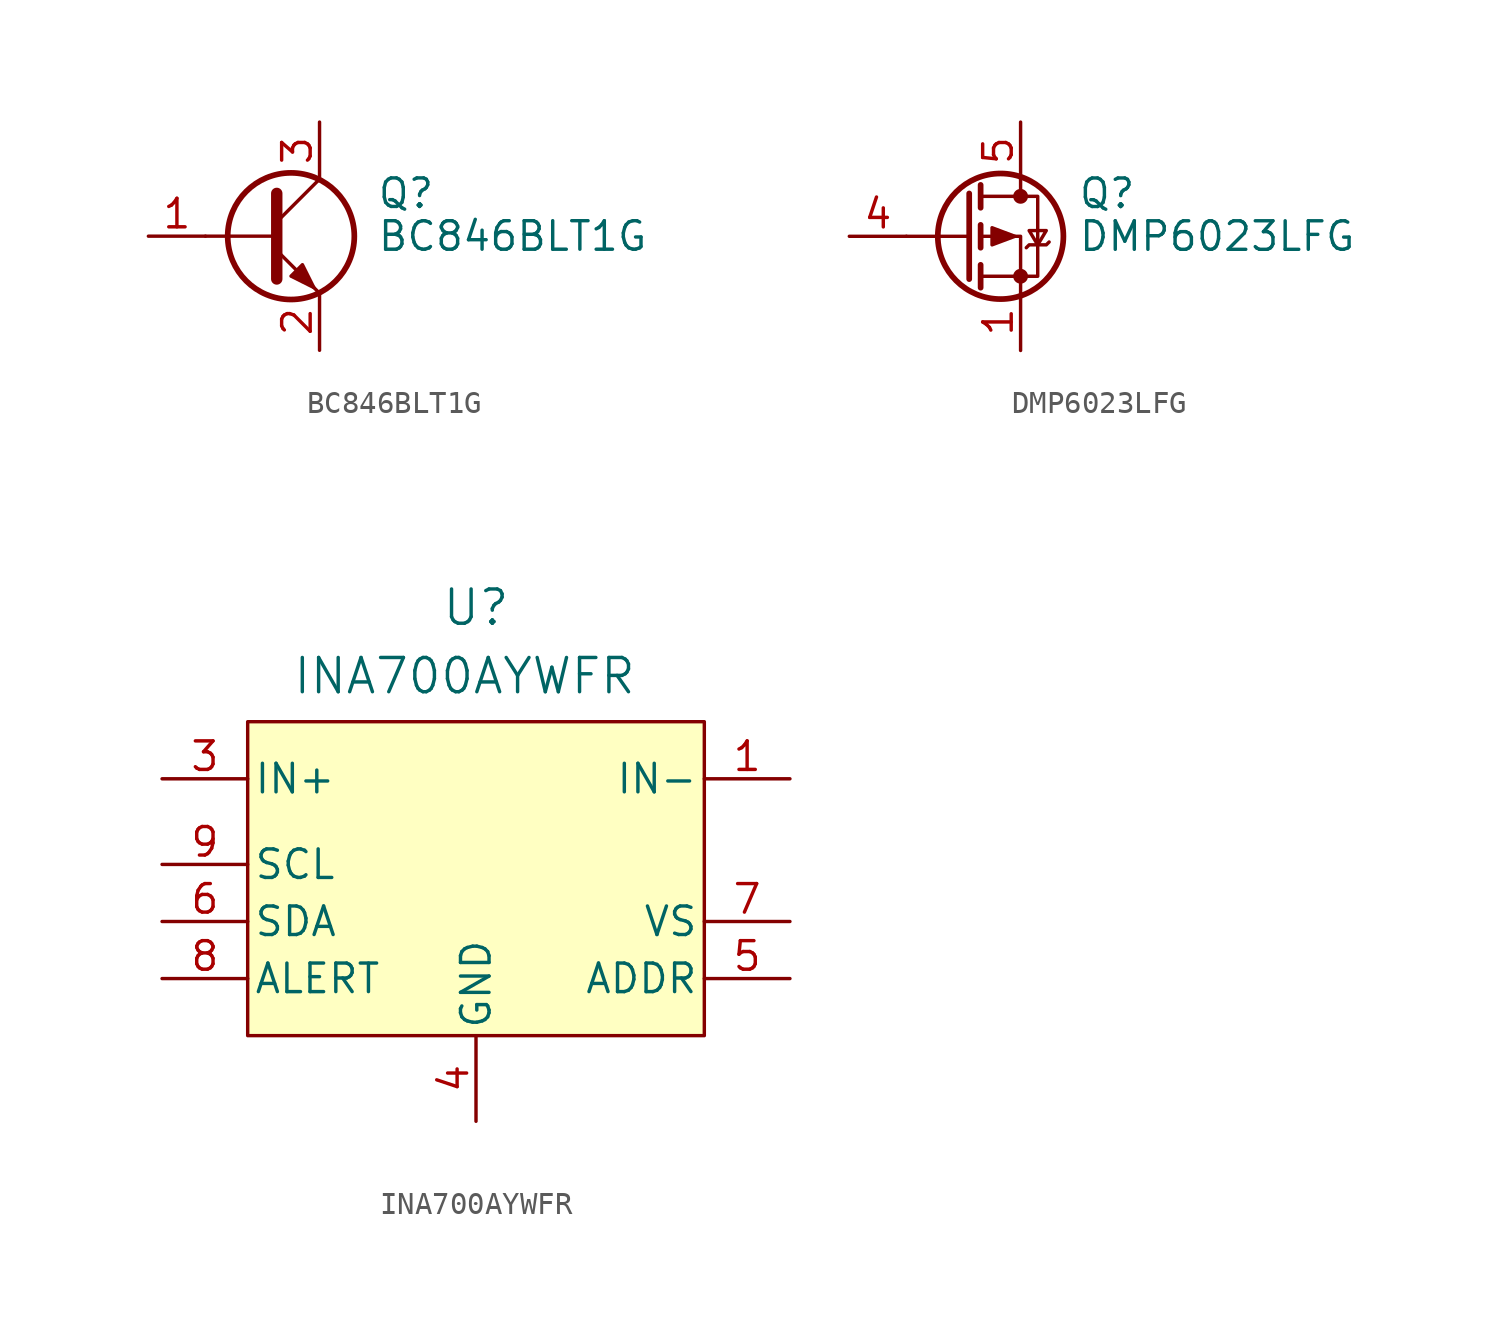
<source format=kicad_sym>
(kicad_symbol_lib
  (version 20241209)
  (generator "kicad_symbol_editor")
  (generator_version "9.0")
  (symbol "BC846BLT1G"
    (pin_names
      (offset 0)
      (hide yes))
    (property "Reference" "Q"
      (at 5.08 1.905 0)
      (effects (font (size 1.27 1.27)) (justify left)))
    (property "Value" "BC846BLT1G"
      (at 5.08 0 0)
      (effects (font (size 1.27 1.27)) (justify left)))
    (symbol "BC846BLT1G_0_1"
      (polyline (pts (xy -2.54 0) (xy 0.635 0)) (stroke (width 0) (type default)) (fill (type none)))
      (polyline (pts (xy 0.635 1.905) (xy 0.635 -1.905)) (stroke (width 0.508) (type default)) (fill (type none)))
      (circle (center 1.27 0) (radius 2.819) (stroke (width 0.254) (type default)) (fill (type none))))
    (symbol "BC846BLT1G_1_1"
      (polyline (pts (xy 0.635 0.635) (xy 2.54 2.54)) (stroke (width 0) (type default)) (fill (type none)))
      (polyline (pts (xy 0.635 -0.635) (xy 2.54 -2.54)) (stroke (width 0) (type default)) (fill (type none)))
      (polyline (pts (xy 1.27 -1.778) (xy 1.778 -1.27) (xy 2.286 -2.286) (xy 1.27 -1.778)) (stroke (width 0) (type default)) (fill (type outline)))
      (pin input line (at -5.08 0 0) (length 2.54) (name "B" (effects (font (size 1.27 1.27)))) (number "1" (effects (font (size 1.27 1.27)))))
      (pin passive line (at 2.54 5.08 270) (length 2.54) (name "C" (effects (font (size 1.27 1.27)))) (number "3" (effects (font (size 1.27 1.27)))))
      (pin passive line (at 2.54 -5.08 90) (length 2.54) (name "E" (effects (font (size 1.27 1.27)))) (number "2" (effects (font (size 1.27 1.27)))))))
  (symbol "DMP6023LFG"
    (pin_names
      (hide yes))
    (property "Reference" "Q"
      (at 5.08 1.905 0)
      (effects (font (size 1.27 1.27)) (justify left)))
    (property "Value" "DMP6023LFG"
      (at 5.08 0 0)
      (effects (font (size 1.27 1.27)) (justify left)))
    (symbol "DMP6023LFG_0_1"
      (polyline (pts (xy 0.254 1.905) (xy 0.254 -1.905)) (stroke (width 0.254) (type default)) (fill (type none)))
      (polyline (pts (xy 0.254 0) (xy -2.54 0)) (stroke (width 0) (type default)) (fill (type none)))
      (polyline (pts (xy 0.762 2.286) (xy 0.762 1.27)) (stroke (width 0.254) (type default)) (fill (type none)))
      (polyline (pts (xy 0.762 1.778) (xy 3.302 1.778) (xy 3.302 -1.778) (xy 0.762 -1.778)) (stroke (width 0) (type default)) (fill (type none)))
      (polyline (pts (xy 0.762 0.508) (xy 0.762 -0.508)) (stroke (width 0.254) (type default)) (fill (type none)))
      (polyline (pts (xy 0.762 -1.27) (xy 0.762 -2.286)) (stroke (width 0.254) (type default)) (fill (type none)))
      (circle (center 1.651 0) (radius 2.794) (stroke (width 0.254) (type default)) (fill (type none)))
      (polyline (pts (xy 2.286 0) (xy 1.27 0.381) (xy 1.27 -0.381) (xy 2.286 0)) (stroke (width 0) (type default)) (fill (type outline)))
      (polyline (pts (xy 2.54 2.54) (xy 2.54 1.778)) (stroke (width 0) (type default)) (fill (type none)))
      (circle (center 2.54 1.778) (radius 0.254) (stroke (width 0) (type default)) (fill (type outline)))
      (circle (center 2.54 -1.778) (radius 0.254) (stroke (width 0) (type default)) (fill (type outline)))
      (polyline (pts (xy 2.54 -2.54) (xy 2.54 0) (xy 0.762 0)) (stroke (width 0) (type default)) (fill (type none)))
      (polyline (pts (xy 2.794 -0.508) (xy 2.921 -0.381) (xy 3.683 -0.381) (xy 3.81 -0.254)) (stroke (width 0) (type default)) (fill (type none)))
      (polyline (pts (xy 3.302 -0.381) (xy 2.921 0.254) (xy 3.683 0.254) (xy 3.302 -0.381)) (stroke (width 0) (type default)) (fill (type none))))
    (symbol "DMP6023LFG_1_1"
      (pin passive line (at -5.08 0 0) (length 2.54) (name "G" (effects (font (size 1.27 1.27)))) (number "4" (effects (font (size 1.27 1.27)))))
      (pin passive line (at 2.54 5.08 270) (length 2.54) (name "D" (effects (font (size 1.27 1.27)))) (number "5" (effects (font (size 1.27 1.27)))))
      (pin passive line (at 2.54 -5.08 90) (length 2.54) (name "S" (effects (font (size 1.27 1.27)))) (number "1" (effects (font (size 1.27 1.27)))))
      (pin passive line (at 2.54 -5.08 90) (length 2.54) (hide yes) (name "S" (effects (font (size 1.27 1.27)))) (number "2" (effects (font (size 1.27 1.27)))))
      (pin passive line (at 2.54 -5.08 90) (length 2.54) (hide yes) (name "S" (effects (font (size 1.27 1.27)))) (number "3" (effects (font (size 1.27 1.27)))))))
  (symbol "INA700AYWFR"
    (pin_names
      (offset 0.254))
    (property "Reference" "U"
      (at 0 12.7 0)
      (effects (font (size 1.524 1.524))))
    (property "Value" "INA700AYWFR"
      (at -0.508 9.652 0)
      (effects (font (size 1.524 1.524))))
    (symbol "INA700AYWFR_0_1"
      (pin input line (at -13.97 5.08 0) (length 3.81) (name "IN+" (effects (font (size 1.27 1.27)))) (number "3" (effects (font (size 1.27 1.27)))))
      (pin input line (at -13.97 1.27 0) (length 3.81) (name "SCL" (effects (font (size 1.27 1.27)))) (number "9" (effects (font (size 1.27 1.27)))))
      (pin bidirectional line (at -13.97 -1.27 0) (length 3.81) (name "SDA" (effects (font (size 1.27 1.27)))) (number "6" (effects (font (size 1.27 1.27)))))
      (pin output line (at -13.97 -3.81 0) (length 3.81) (name "ALERT" (effects (font (size 1.27 1.27)))) (number "8" (effects (font (size 1.27 1.27)))))
      (pin power_out line (at 0 -10.16 90) (length 3.81) (name "GND" (effects (font (size 1.27 1.27)))) (number "4" (effects (font (size 1.27 1.27)))))
      (pin input line (at 13.97 5.08 180) (length 3.81) (name "IN-" (effects (font (size 1.27 1.27)))) (number "1" (effects (font (size 1.27 1.27)))))
      (pin power_in line (at 13.97 -1.27 180) (length 3.81) (name "VS" (effects (font (size 1.27 1.27)))) (number "7" (effects (font (size 1.27 1.27))))))
    (symbol "INA700AYWFR_1_1"
      (rectangle (start -10.16 7.62) (end 10.16 -6.35) (stroke (width 0) (type default)) (fill (type background)))
      (pin input line (at 13.97 -3.81 180) (length 3.81) (name "ADDR" (effects (font (size 1.27 1.27)))) (number "5" (effects (font (size 1.27 1.27))))))))
</source>
